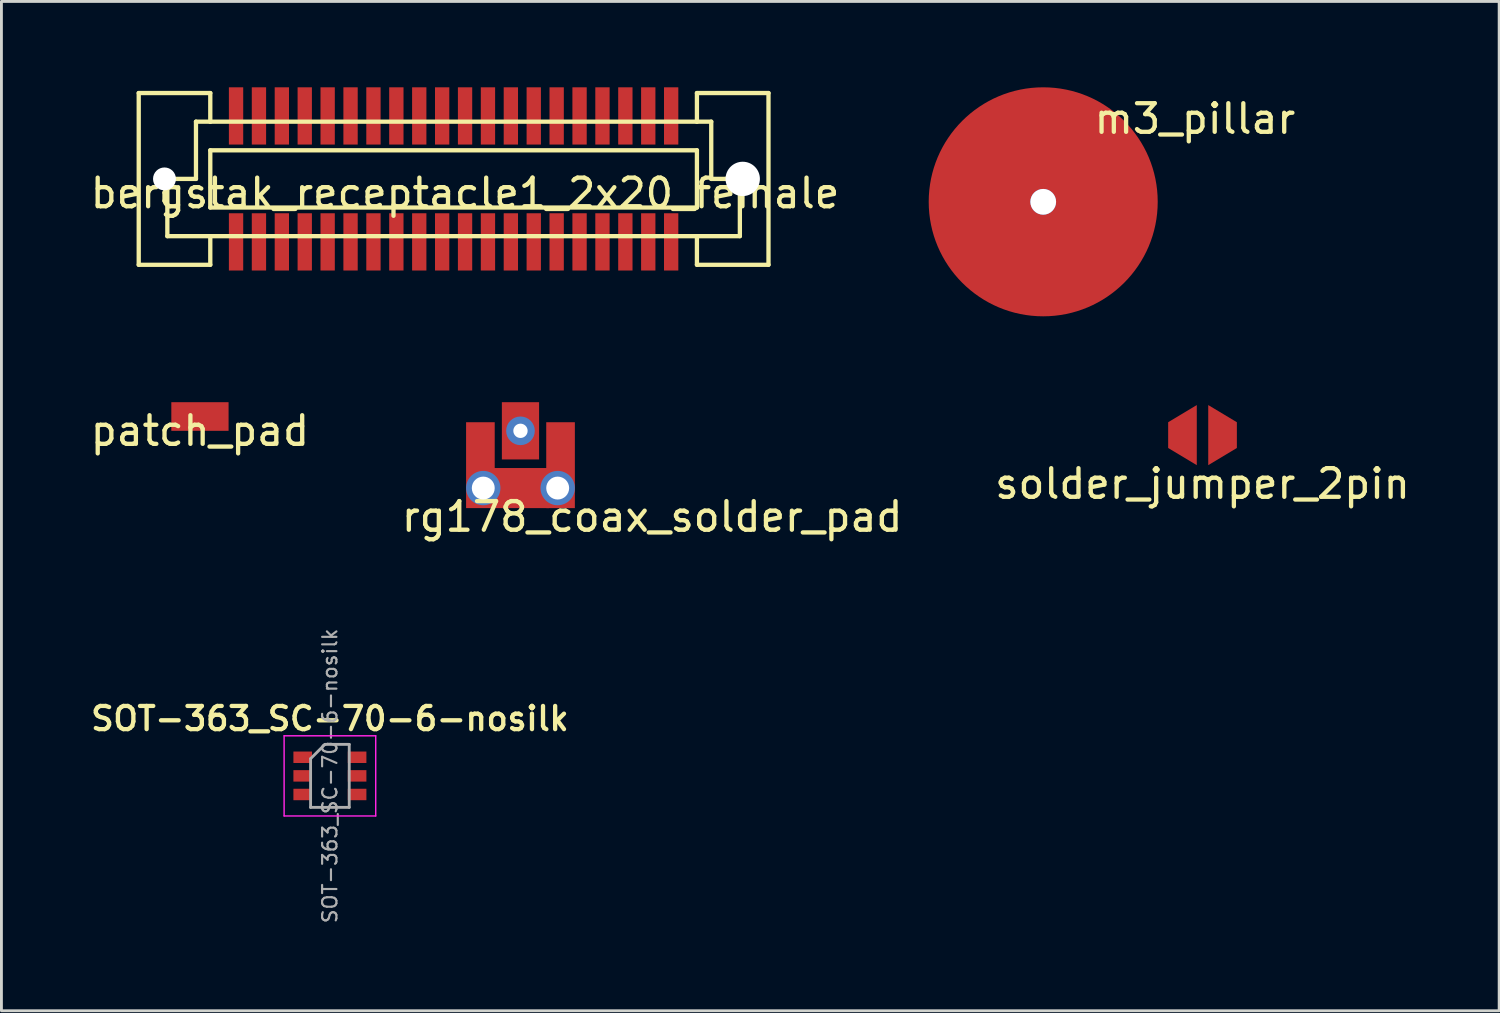
<source format=kicad_pcb>
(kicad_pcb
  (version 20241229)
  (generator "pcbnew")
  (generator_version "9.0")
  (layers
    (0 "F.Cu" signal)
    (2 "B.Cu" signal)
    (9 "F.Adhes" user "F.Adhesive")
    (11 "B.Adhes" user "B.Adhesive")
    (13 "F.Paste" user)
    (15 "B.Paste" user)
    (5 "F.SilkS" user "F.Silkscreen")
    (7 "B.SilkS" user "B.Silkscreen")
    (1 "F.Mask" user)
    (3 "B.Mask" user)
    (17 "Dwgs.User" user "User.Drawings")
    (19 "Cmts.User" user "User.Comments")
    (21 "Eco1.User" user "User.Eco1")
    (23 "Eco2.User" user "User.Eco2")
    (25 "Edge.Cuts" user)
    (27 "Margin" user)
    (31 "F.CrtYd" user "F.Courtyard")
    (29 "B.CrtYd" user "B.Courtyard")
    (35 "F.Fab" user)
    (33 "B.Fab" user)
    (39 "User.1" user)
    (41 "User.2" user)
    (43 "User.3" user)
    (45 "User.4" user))
  (footprint "patch_pad"
    (layer "F.Cu")
    (at 3.935 11.5)
    (property "Reference" "patch_pad" (at 0 0.5 0) (layer "F.SilkS") (effects (font (size 1 1) (thickness 0.15))))
    (attr through_hole)
    (pad "1" smd rect (at 0 0) (size 2 1) (layers "F.Cu" "F.Mask" "F.Paste")))
  (footprint "m3_pillar"
    (layer "F.Cu")
    (at 33.393 4)
    (property "Reference" "m3_pillar" (at 5.3 -2.9 0) (layer "F.SilkS") (effects (font (size 1 1) (thickness 0.15))))
    (attr through_hole)
    (pad "1" thru_hole circle (at 0 0) (size 0.9 0.9) (drill 0.9) (layers "*.Cu" "*.Mask"))
    (pad "2" smd circle (at 0 0) (size 8 8) (layers "F.Cu" "F.Mask" "F.Paste")))
  (footprint "SOT-363_SC-70-6-nosilk"
    (layer "F.Cu")
    (at 8.475 24.054)
    (property "Reference" "SOT-363_SC-70-6-nosilk" (at 0 -2 0) (layer "F.SilkS") (effects (font (size 0.81 0.81) (thickness 0.15))))
    (attr smd)
    (fp_line (start -1.6 -1.4) (end -1.6 1.4) (stroke (width 0.05) (type solid)) (layer "F.CrtYd"))
    (fp_line (start -1.6 -1.4) (end 1.6 -1.4) (stroke (width 0.05) (type solid)) (layer "F.CrtYd"))
    (fp_line (start -1.6 1.4) (end 1.6 1.4) (stroke (width 0.05) (type solid)) (layer "F.CrtYd"))
    (fp_line (start 1.6 1.4) (end 1.6 -1.4) (stroke (width 0.05) (type solid)) (layer "F.CrtYd"))
    (fp_line (start -0.675 -0.6) (end -0.675 1.1) (stroke (width 0.1) (type solid)) (layer "F.Fab"))
    (fp_line (start -0.175 -1.1) (end -0.675 -0.6) (stroke (width 0.1) (type solid)) (layer "F.Fab"))
    (fp_line (start 0.675 -1.1) (end -0.175 -1.1) (stroke (width 0.1) (type solid)) (layer "F.Fab"))
    (fp_line (start 0.675 -1.1) (end 0.675 1.1) (stroke (width 0.1) (type solid)) (layer "F.Fab"))
    (fp_line (start 0.675 1.1) (end -0.675 1.1) (stroke (width 0.1) (type solid)) (layer "F.Fab"))
    (fp_text user "${REFERENCE}" (at 0 0 90) (layer "F.Fab") (effects (font (size 0.5 0.5) (thickness 0.075))))
    (pad "1" smd rect (at -0.95 -0.65) (size 0.65 0.4) (layers "F.Cu" "F.Mask" "F.Paste"))
    (pad "2" smd rect (at -0.95 0) (size 0.65 0.4) (layers "F.Cu" "F.Mask" "F.Paste"))
    (pad "3" smd rect (at -0.95 0.65) (size 0.65 0.4) (layers "F.Cu" "F.Mask" "F.Paste"))
    (pad "4" smd rect (at 0.95 0.65) (size 0.65 0.4) (layers "F.Cu" "F.Mask" "F.Paste"))
    (pad "5" smd rect (at 0.95 0) (size 0.65 0.4) (layers "F.Cu" "F.Mask" "F.Paste"))
    (pad "6" smd rect (at 0.95 -0.65) (size 0.65 0.4) (layers "F.Cu" "F.Mask" "F.Paste")))
  (footprint "bergstak_receptacle1_2x20_female"
    (layer "F.Cu")
    (at 12.796 3.2)
    (property "Reference" "bergstak_receptacle1_2x20_female" (at 0.4 0.5 0) (layer "F.SilkS") (effects (font (size 1 1) (thickness 0.15))))
    (attr through_hole)
    (fp_line (start -11 -3) (end -8.5 -3) (stroke (width 0.15) (type solid)) (layer "F.SilkS"))
    (fp_line (start -11 3) (end -11 -3) (stroke (width 0.15) (type solid)) (layer "F.SilkS"))
    (fp_line (start -10 0) (end -10 2) (stroke (width 0.15) (type solid)) (layer "F.SilkS"))
    (fp_line (start -10 2) (end -8.5 2) (stroke (width 0.15) (type solid)) (layer "F.SilkS"))
    (fp_line (start -9 -2) (end -9 0) (stroke (width 0.15) (type solid)) (layer "F.SilkS"))
    (fp_line (start -9 0) (end -10 0) (stroke (width 0.15) (type solid)) (layer "F.SilkS"))
    (fp_line (start -8.5 -3) (end -8.5 -2) (stroke (width 0.15) (type solid)) (layer "F.SilkS"))
    (fp_line (start -8.5 -2) (end -9 -2) (stroke (width 0.15) (type solid)) (layer "F.SilkS"))
    (fp_line (start -8.5 -2) (end 8.5 -2) (stroke (width 0.15) (type solid)) (layer "F.SilkS"))
    (fp_line (start -8.5 -1) (end -8.5 1) (stroke (width 0.15) (type solid)) (layer "F.SilkS"))
    (fp_line (start -8.5 1) (end 8.5 1) (stroke (width 0.15) (type solid)) (layer "F.SilkS"))
    (fp_line (start -8.5 2) (end -8.5 3) (stroke (width 0.15) (type solid)) (layer "F.SilkS"))
    (fp_line (start -8.5 3) (end -11 3) (stroke (width 0.15) (type solid)) (layer "F.SilkS"))
    (fp_line (start 8.5 -3) (end 11 -3) (stroke (width 0.15) (type solid)) (layer "F.SilkS"))
    (fp_line (start 8.5 -2) (end 8.5 -3) (stroke (width 0.15) (type solid)) (layer "F.SilkS"))
    (fp_line (start 8.5 -1) (end -8.5 -1) (stroke (width 0.15) (type solid)) (layer "F.SilkS"))
    (fp_line (start 8.5 1) (end 8.5 -1) (stroke (width 0.15) (type solid)) (layer "F.SilkS"))
    (fp_line (start 8.5 2) (end -8.5 2) (stroke (width 0.15) (type solid)) (layer "F.SilkS"))
    (fp_line (start 8.5 2) (end 10 2) (stroke (width 0.15) (type solid)) (layer "F.SilkS"))
    (fp_line (start 8.5 3) (end 8.5 2) (stroke (width 0.15) (type solid)) (layer "F.SilkS"))
    (fp_line (start 9 -2) (end 8.5 -2) (stroke (width 0.15) (type solid)) (layer "F.SilkS"))
    (fp_line (start 9 0) (end 9 -2) (stroke (width 0.15) (type solid)) (layer "F.SilkS"))
    (fp_line (start 9.5 0) (end 9 0) (stroke (width 0.15) (type solid)) (layer "F.SilkS"))
    (fp_line (start 10 0) (end 9.5 0) (stroke (width 0.15) (type solid)) (layer "F.SilkS"))
    (fp_line (start 10 0.5) (end 10 0) (stroke (width 0.15) (type solid)) (layer "F.SilkS"))
    (fp_line (start 10 2) (end 10 0.5) (stroke (width 0.15) (type solid)) (layer "F.SilkS"))
    (fp_line (start 11 -3) (end 11 3) (stroke (width 0.15) (type solid)) (layer "F.SilkS"))
    (fp_line (start 11 3) (end 8.5 3) (stroke (width 0.15) (type solid)) (layer "F.SilkS"))
    (pad "" np_thru_hole circle (at -10.1 0) (size 0.8 0.8) (drill 0.8) (layers "*.Cu" "*.Mask"))
    (pad "" np_thru_hole circle (at 10.1 0) (size 1.2 1.2) (drill 1.2) (layers "*.Cu" "*.Mask"))
    (pad "1" smd rect (at 7.6 -2.2) (size 0.5 2) (layers "F.Cu" "F.Mask" "F.Paste"))
    (pad "2" smd rect (at 7.6 2.2) (size 0.5 2) (layers "F.Cu" "F.Mask" "F.Paste"))
    (pad "3" smd rect (at 6.8 -2.2) (size 0.5 2) (layers "F.Cu" "F.Mask" "F.Paste"))
    (pad "4" smd rect (at 6.8 2.2) (size 0.5 2) (layers "F.Cu" "F.Mask" "F.Paste"))
    (pad "5" smd rect (at 6 -2.2) (size 0.5 2) (layers "F.Cu" "F.Mask" "F.Paste"))
    (pad "6" smd rect (at 6 2.2) (size 0.5 2) (layers "F.Cu" "F.Mask" "F.Paste"))
    (pad "7" smd rect (at 5.2 -2.2) (size 0.5 2) (layers "F.Cu" "F.Mask" "F.Paste"))
    (pad "8" smd rect (at 5.2 2.2) (size 0.5 2) (layers "F.Cu" "F.Mask" "F.Paste"))
    (pad "9" smd rect (at 4.4 -2.2) (size 0.5 2) (layers "F.Cu" "F.Mask" "F.Paste"))
    (pad "10" smd rect (at 4.4 2.2) (size 0.5 2) (layers "F.Cu" "F.Mask" "F.Paste"))
    (pad "11" smd rect (at 3.6 -2.2) (size 0.5 2) (layers "F.Cu" "F.Mask" "F.Paste"))
    (pad "12" smd rect (at 3.6 2.2) (size 0.5 2) (layers "F.Cu" "F.Mask" "F.Paste"))
    (pad "13" smd rect (at 2.8 -2.2) (size 0.5 2) (layers "F.Cu" "F.Mask" "F.Paste"))
    (pad "14" smd rect (at 2.8 2.2) (size 0.5 2) (layers "F.Cu" "F.Mask" "F.Paste"))
    (pad "15" smd rect (at 2 -2.2) (size 0.5 2) (layers "F.Cu" "F.Mask" "F.Paste"))
    (pad "16" smd rect (at 2 2.2) (size 0.5 2) (layers "F.Cu" "F.Mask" "F.Paste"))
    (pad "17" smd rect (at 1.2 -2.2) (size 0.5 2) (layers "F.Cu" "F.Mask" "F.Paste"))
    (pad "18" smd rect (at 1.2 2.2) (size 0.5 2) (layers "F.Cu" "F.Mask" "F.Paste"))
    (pad "19" smd rect (at 0.4 -2.2) (size 0.5 2) (layers "F.Cu" "F.Mask" "F.Paste"))
    (pad "20" smd rect (at 0.4 2.2) (size 0.5 2) (layers "F.Cu" "F.Mask" "F.Paste"))
    (pad "21" smd rect (at -0.4 -2.2) (size 0.5 2) (layers "F.Cu" "F.Mask" "F.Paste"))
    (pad "22" smd rect (at -0.4 2.2) (size 0.5 2) (layers "F.Cu" "F.Mask" "F.Paste"))
    (pad "23" smd rect (at -1.2 -2.2) (size 0.5 2) (layers "F.Cu" "F.Mask" "F.Paste"))
    (pad "24" smd rect (at -1.2 2.2) (size 0.5 2) (layers "F.Cu" "F.Mask" "F.Paste"))
    (pad "25" smd rect (at -2 -2.2) (size 0.5 2) (layers "F.Cu" "F.Mask" "F.Paste"))
    (pad "26" smd rect (at -2 2.2) (size 0.5 2) (layers "F.Cu" "F.Mask" "F.Paste"))
    (pad "27" smd rect (at -2.8 -2.2) (size 0.5 2) (layers "F.Cu" "F.Mask" "F.Paste"))
    (pad "28" smd rect (at -2.8 2.2) (size 0.5 2) (layers "F.Cu" "F.Mask" "F.Paste"))
    (pad "29" smd rect (at -3.6 -2.2) (size 0.5 2) (layers "F.Cu" "F.Mask" "F.Paste"))
    (pad "30" smd rect (at -3.6 2.2) (size 0.5 2) (layers "F.Cu" "F.Mask" "F.Paste"))
    (pad "31" smd rect (at -4.4 -2.2) (size 0.5 2) (layers "F.Cu" "F.Mask" "F.Paste"))
    (pad "32" smd rect (at -4.4 2.2) (size 0.5 2) (layers "F.Cu" "F.Mask" "F.Paste"))
    (pad "33" smd rect (at -5.2 -2.2) (size 0.5 2) (layers "F.Cu" "F.Mask" "F.Paste"))
    (pad "34" smd rect (at -5.2 2.2) (size 0.5 2) (layers "F.Cu" "F.Mask" "F.Paste"))
    (pad "35" smd rect (at -6 -2.2) (size 0.5 2) (layers "F.Cu" "F.Mask" "F.Paste"))
    (pad "36" smd rect (at -6 2.2) (size 0.5 2) (layers "F.Cu" "F.Mask" "F.Paste"))
    (pad "37" smd rect (at -6.8 -2.2) (size 0.5 2) (layers "F.Cu" "F.Mask" "F.Paste"))
    (pad "38" smd rect (at -6.8 2.2) (size 0.5 2) (layers "F.Cu" "F.Mask" "F.Paste"))
    (pad "39" smd rect (at -7.6 -2.2) (size 0.5 2) (layers "F.Cu" "F.Mask" "F.Paste"))
    (pad "40" smd rect (at -7.6 2.2) (size 0.5 2) (layers "F.Cu" "F.Mask" "F.Paste")))
  (footprint "solder_jumper_2pin"
    (layer "F.Cu")
    (at 38.958 12.15)
    (property "Reference" "solder_jumper_2pin" (at 0 1.7 0) (layer "F.SilkS") (effects (font (size 1 1) (thickness 0.15))))
    (attr through_hole)
    (fp_line (start 0 -0.9) (end 0 0.9) (stroke (width 0.5) (type solid)) (layer "F.Mask"))
    (pad "1" smd trapezoid (at -0.7 0 90) (size 1.5 1) (rect_delta 0 0.6) (layers "F.Cu" "F.Mask" "F.Paste"))
    (pad "2" smd trapezoid (at 0.7 0 270) (size 1.5 1) (rect_delta 0 0.6) (layers "F.Cu" "F.Mask" "F.Paste")))
  (footprint "rg178_coax_solder_pad"
    (layer "F.Cu")
    (at 15.132 13.8)
    (property "Reference" "rg178_coax_solder_pad" (at 4.6 1.2 0) (layer "F.SilkS") (effects (font (size 1 1) (thickness 0.15))))
    (attr through_hole)
    (pad "1" thru_hole circle (at 0 -1.8) (size 1 1) (drill 0.5) (layers "*.Cu" "*.Mask"))
    (pad "1" smd rect (at 0 -1.8) (size 1.3 2) (layers "F.Cu" "F.Mask" "F.Paste"))
    (pad "2" smd rect (at -1.4 -0.6 180) (size 1 3) (layers "F.Cu" "F.Mask" "F.Paste"))
    (pad "2" thru_hole circle (at -1.3 0.2) (size 1.2 1.2) (drill 0.8) (layers "*.Cu" "*.Mask"))
    (pad "2" smd rect (at 0 0.2 90) (size 1.4 2) (layers "F.Cu" "F.Mask" "F.Paste"))
    (pad "2" thru_hole circle (at 1.3 0.2) (size 1.2 1.2) (drill 0.8) (layers "*.Cu" "*.Mask"))
    (pad "2" smd rect (at 1.4 -0.6 180) (size 1 3) (layers "F.Cu" "F.Mask" "F.Paste")))
  (gr_rect
    (start -3 -3)
    (end 49.321 32.259)
    (stroke (width 0.1) (type default))
    (fill no)
    (layer "Edge.Cuts")))
</source>
